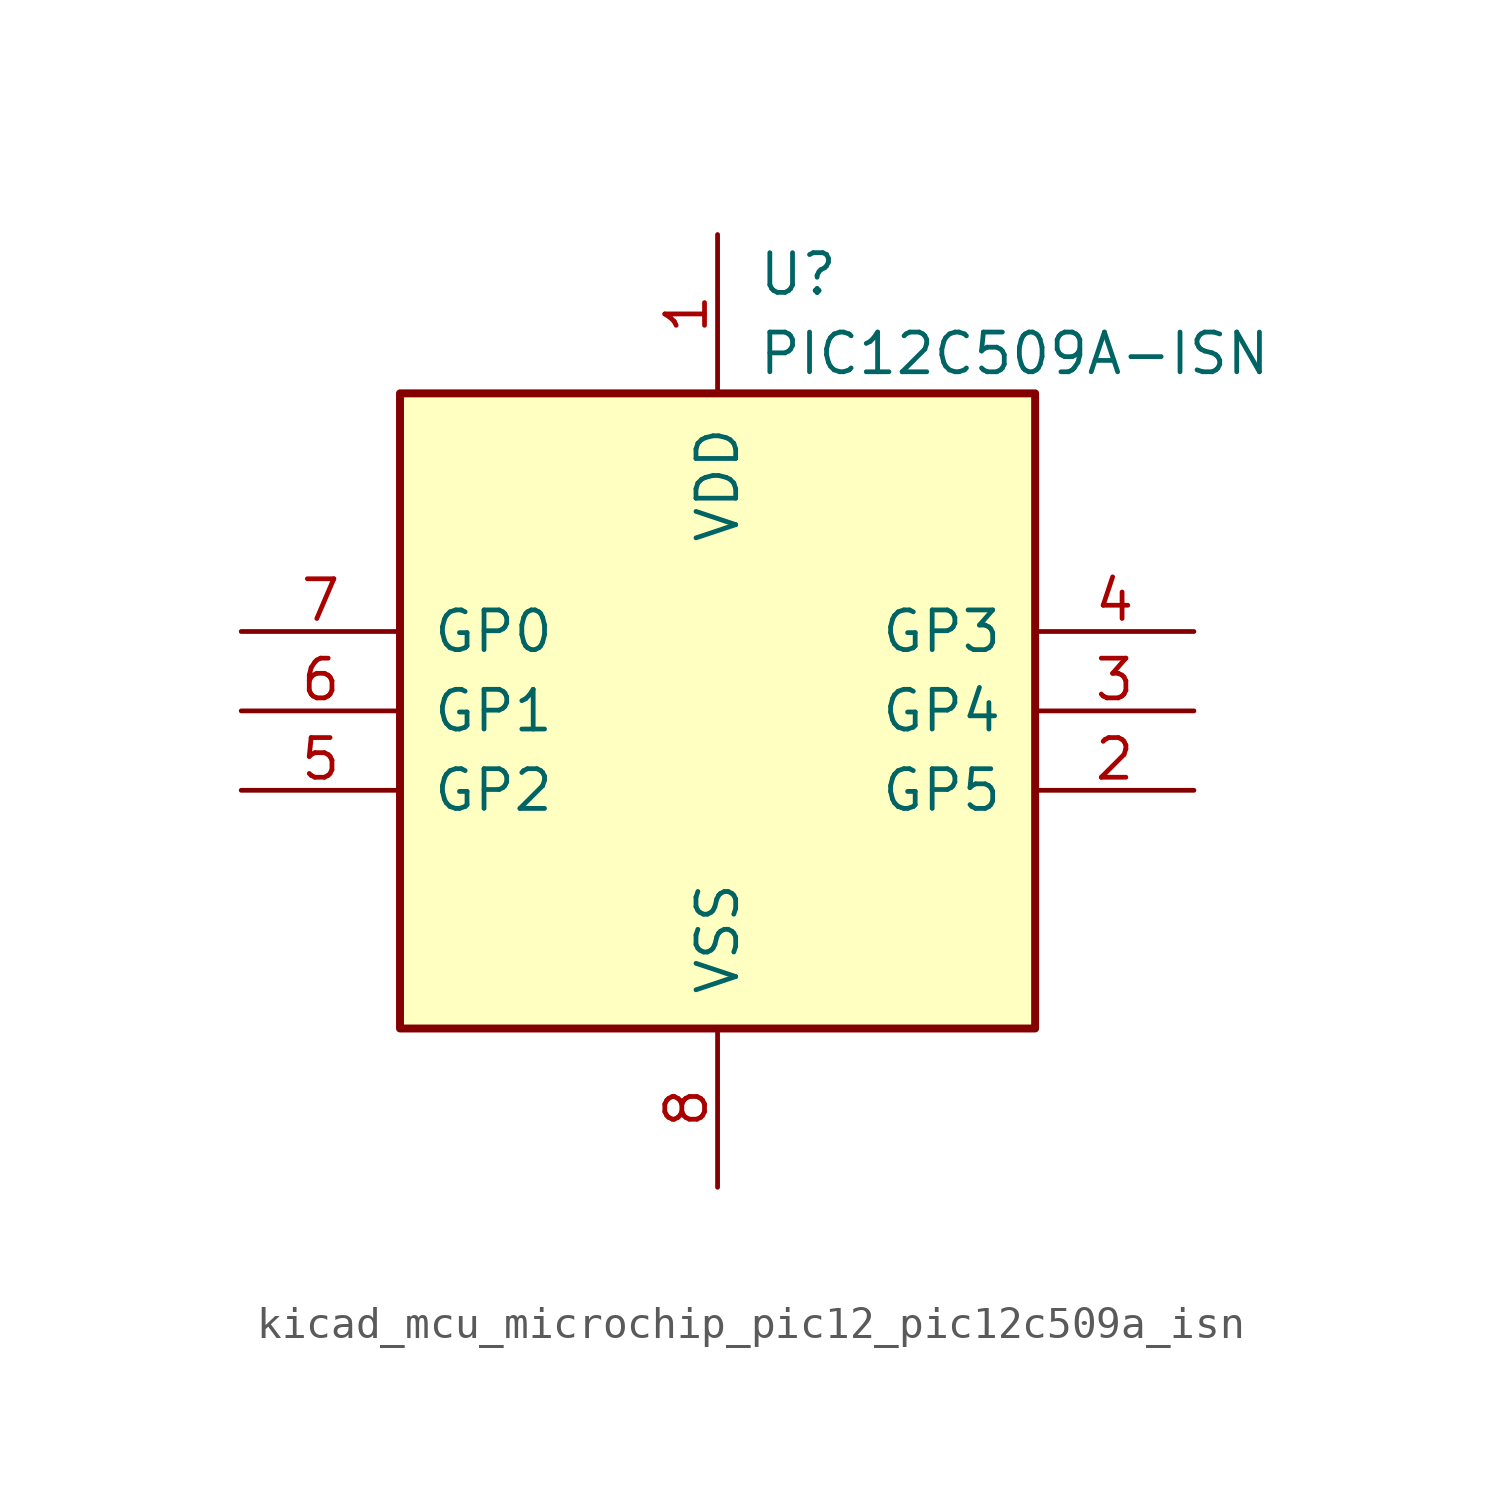
<source format=kicad_sym>
(kicad_symbol_lib
  (version 20220914)
  (generator kicad_symbol_editor)
  (symbol "kicad_mcu_microchip_pic12_pic12c509a_isn"
    (pin_names
      (offset 1.016))
    (property "Reference" "U"
      (at 1.27 13.97 0)
      (effects (font (size 1.27 1.27)) (justify left)))
    (property "Value" "PIC12C509A-ISN"
      (at 1.27 11.43 0)
      (effects (font (size 1.27 1.27)) (justify left)))
    (symbol "kicad_mcu_microchip_pic12_pic12c509a_isn_0_1"
      (rectangle (start 10.16 -10.16) (end -10.16 10.16) (stroke (width 0.254) (type default)) (fill (type background))))
    (symbol "kicad_mcu_microchip_pic12_pic12c509a_isn_1_1"
      (pin power_in line (at 0 15.24 270) (length 5.08) (name "VDD" (effects (font (size 1.27 1.27)))) (number "1" (effects (font (size 1.27 1.27)))))
      (pin bidirectional line (at 15.24 -2.54 180) (length 5.08) (name "GP5" (effects (font (size 1.27 1.27)))) (number "2" (effects (font (size 1.27 1.27)))))
      (pin bidirectional line (at 15.24 0 180) (length 5.08) (name "GP4" (effects (font (size 1.27 1.27)))) (number "3" (effects (font (size 1.27 1.27)))))
      (pin input line (at 15.24 2.54 180) (length 5.08) (name "GP3" (effects (font (size 1.27 1.27)))) (number "4" (effects (font (size 1.27 1.27)))))
      (pin bidirectional line (at -15.24 -2.54 0) (length 5.08) (name "GP2" (effects (font (size 1.27 1.27)))) (number "5" (effects (font (size 1.27 1.27)))))
      (pin bidirectional line (at -15.24 0 0) (length 5.08) (name "GP1" (effects (font (size 1.27 1.27)))) (number "6" (effects (font (size 1.27 1.27)))))
      (pin bidirectional line (at -15.24 2.54 0) (length 5.08) (name "GP0" (effects (font (size 1.27 1.27)))) (number "7" (effects (font (size 1.27 1.27)))))
      (pin power_in line (at 0 -15.24 90) (length 5.08) (name "VSS" (effects (font (size 1.27 1.27)))) (number "8" (effects (font (size 1.27 1.27))))))))
</source>
